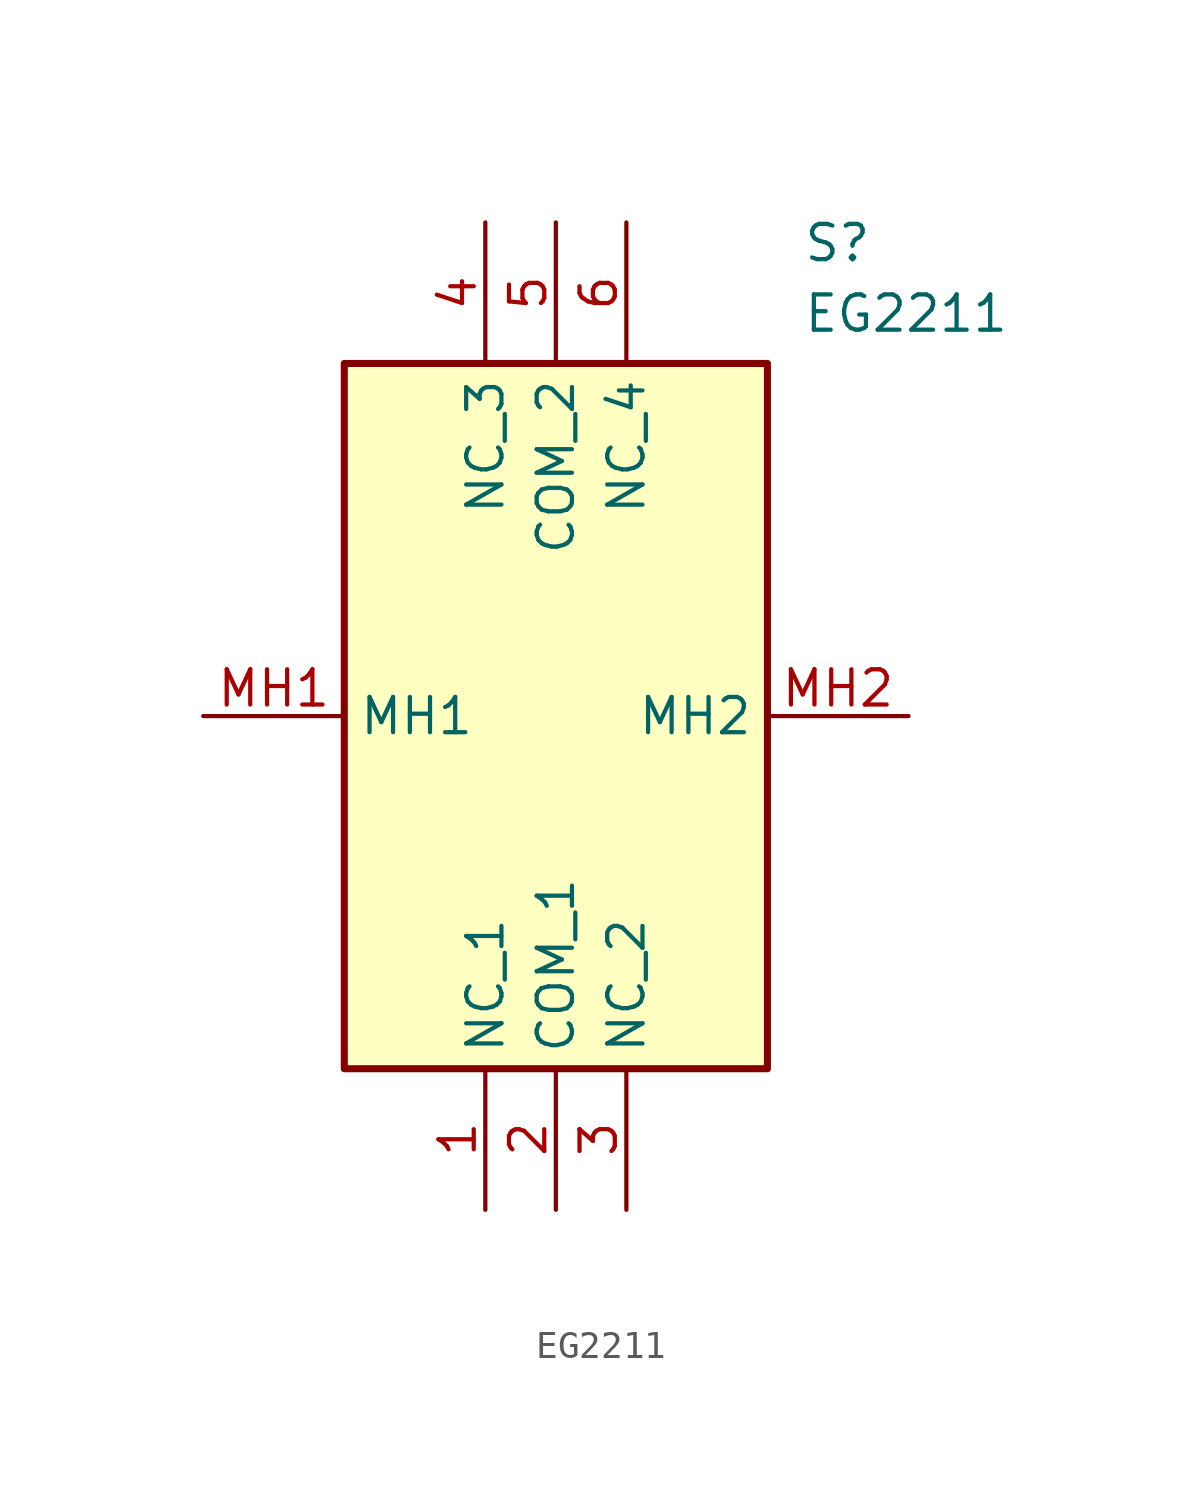
<source format=kicad_sym>
(kicad_symbol_lib
  (version 20211014)
  (generator SamacSys_ECAD_Model)
  (symbol "EG2211"
    (property "Reference" "S"
      (at 21.59 17.78 0)
      (effects (font (size 1.27 1.27)) (justify left top)))
    (property "Value" "EG2211"
      (at 21.59 15.24 0)
      (effects (font (size 1.27 1.27)) (justify left top)))
    (rectangle
      (start 5.08 12.7)
      (end 20.32 -12.7)
      (stroke (width 0.254) (type default))
      (fill (type background)))
    (pin passive line
      (at 10.16 -17.78 90)
      (length 5.08)
      (name "NC_1" (effects (font (size 1.27 1.27))))
      (number "1" (effects (font (size 1.27 1.27)))))
    (pin passive line
      (at 12.7 -17.78 90)
      (length 5.08)
      (name "COM_1" (effects (font (size 1.27 1.27))))
      (number "2" (effects (font (size 1.27 1.27)))))
    (pin passive line
      (at 15.24 -17.78 90)
      (length 5.08)
      (name "NC_2" (effects (font (size 1.27 1.27))))
      (number "3" (effects (font (size 1.27 1.27)))))
    (pin passive line
      (at 10.16 17.78 270)
      (length 5.08)
      (name "NC_3" (effects (font (size 1.27 1.27))))
      (number "4" (effects (font (size 1.27 1.27)))))
    (pin passive line
      (at 12.7 17.78 270)
      (length 5.08)
      (name "COM_2" (effects (font (size 1.27 1.27))))
      (number "5" (effects (font (size 1.27 1.27)))))
    (pin passive line
      (at 15.24 17.78 270)
      (length 5.08)
      (name "NC_4" (effects (font (size 1.27 1.27))))
      (number "6" (effects (font (size 1.27 1.27)))))
    (pin passive line
      (at 0 0 0)
      (length 5.08)
      (name "MH1" (effects (font (size 1.27 1.27))))
      (number "MH1" (effects (font (size 1.27 1.27)))))
    (pin passive line
      (at 25.4 0 180)
      (length 5.08)
      (name "MH2" (effects (font (size 1.27 1.27))))
      (number "MH2" (effects (font (size 1.27 1.27)))))))
</source>
